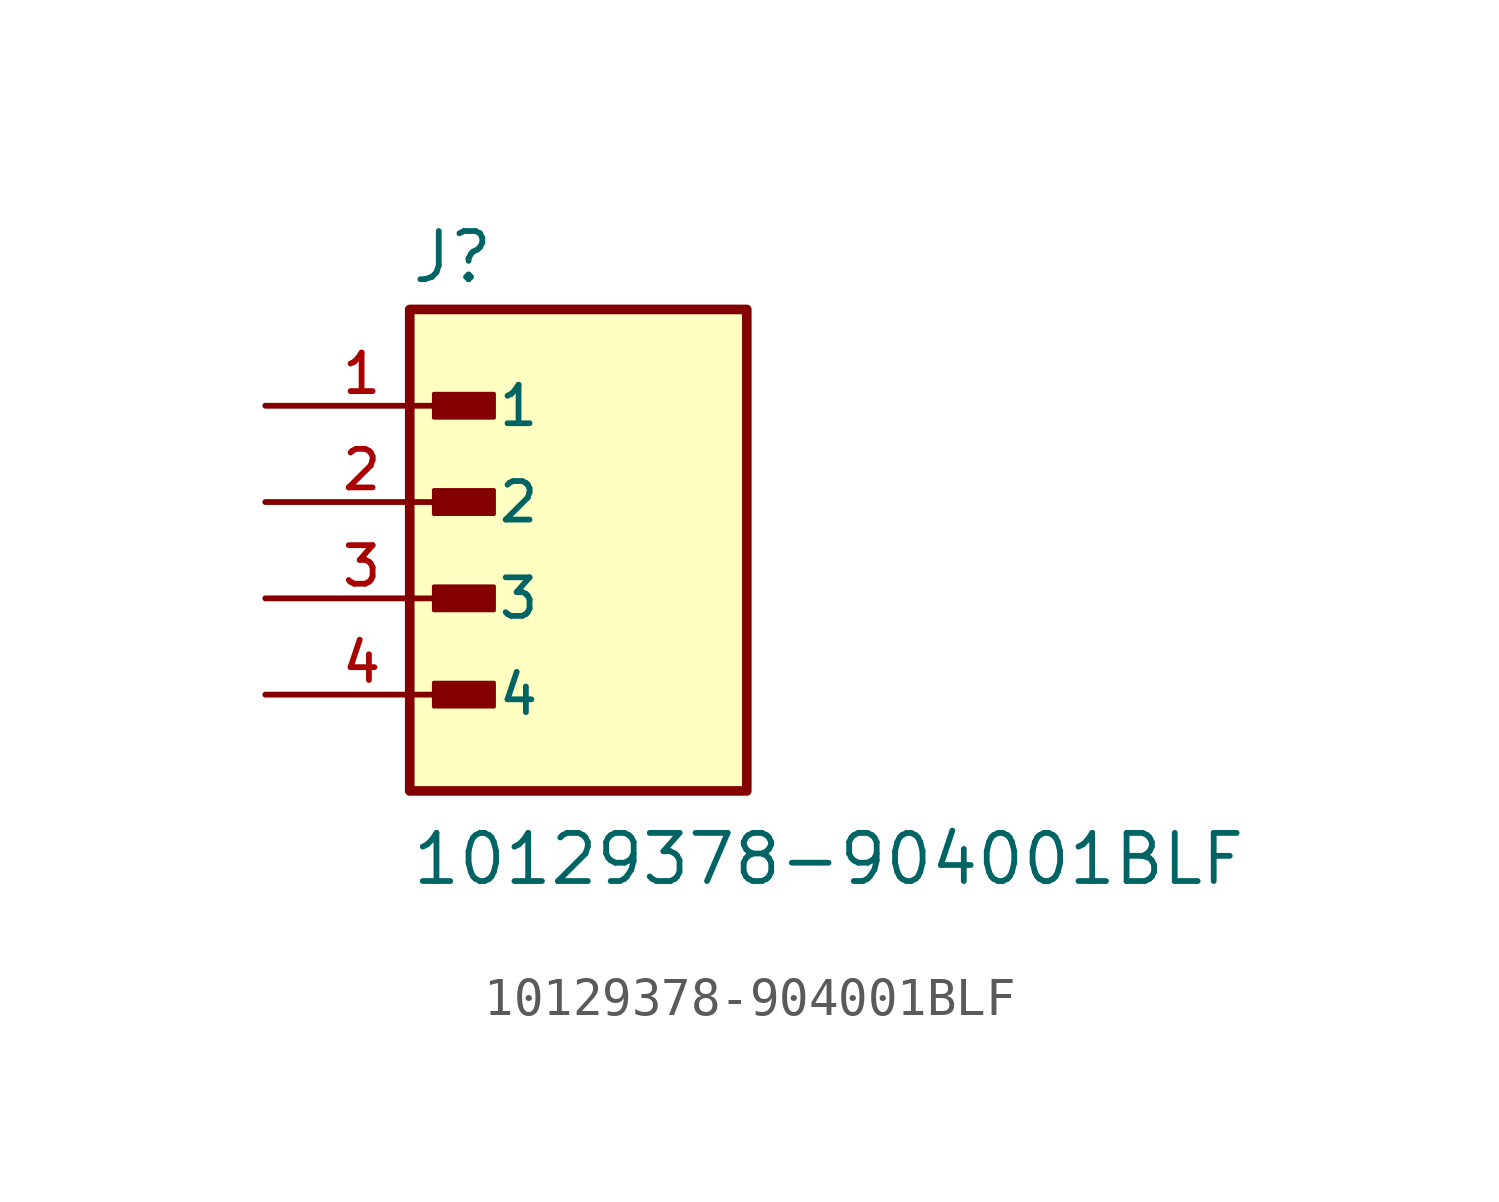
<source format=kicad_sym>
(kicad_symbol_lib
  (version 20211014)
  (generator kicad_symbol_editor)
  (symbol "10129378-904001BLF"
    (pin_names
      (offset 1.016))
    (property "Reference" "J"
      (at -3.81 5.715 0)
      (effects (font (size 1.27 1.27)) (justify bottom left)))
    (property "Value" "10129378-904001BLF"
      (at -3.81 -10.16 0)
      (effects (font (size 1.27 1.27)) (justify bottom left)))
    (symbol "10129378-904001BLF_0_0"
      (rectangle (start -3.175 2.223) (end -1.587 2.857) (stroke (width 0.1)) (fill (type outline)))
      (rectangle (start -3.175 -0.318) (end -1.587 0.318) (stroke (width 0.1)) (fill (type outline)))
      (rectangle (start -3.175 -2.857) (end -1.587 -2.223) (stroke (width 0.1)) (fill (type outline)))
      (rectangle (start -3.175 -5.397) (end -1.587 -4.763) (stroke (width 0.1)) (fill (type outline)))
      (rectangle (start -3.81 -7.62) (end 5.08 5.08) (stroke (width 0.254)) (fill (type background)))
      (pin passive line (at -7.62 2.54 0) (length 5.08) (name "1" (effects (font (size 1.016 1.016)))) (number "1" (effects (font (size 1.016 1.016)))))
      (pin passive line (at -7.62 0.0 0) (length 5.08) (name "2" (effects (font (size 1.016 1.016)))) (number "2" (effects (font (size 1.016 1.016)))))
      (pin passive line (at -7.62 -2.54 0) (length 5.08) (name "3" (effects (font (size 1.016 1.016)))) (number "3" (effects (font (size 1.016 1.016)))))
      (pin passive line (at -7.62 -5.08 0) (length 5.08) (name "4" (effects (font (size 1.016 1.016)))) (number "4" (effects (font (size 1.016 1.016))))))))
</source>
